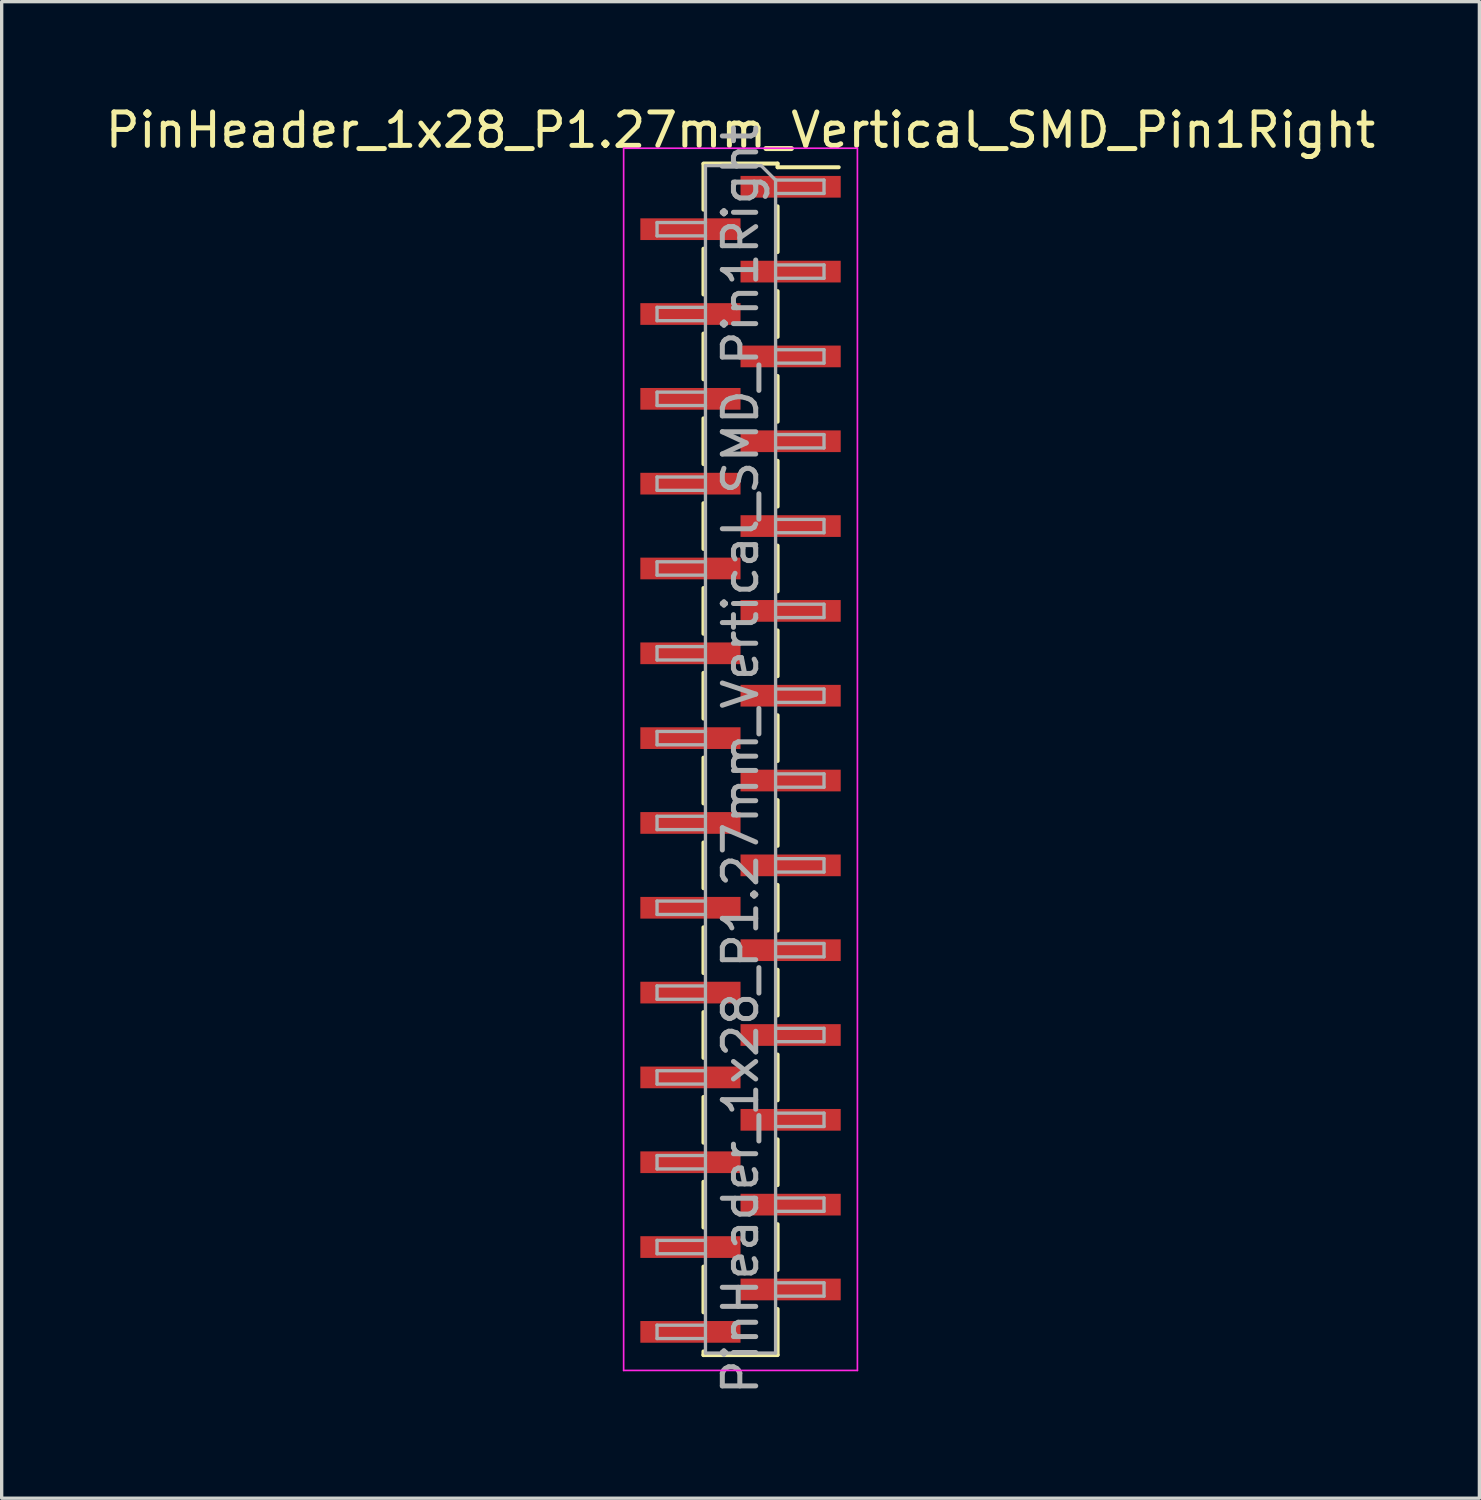
<source format=kicad_pcb>
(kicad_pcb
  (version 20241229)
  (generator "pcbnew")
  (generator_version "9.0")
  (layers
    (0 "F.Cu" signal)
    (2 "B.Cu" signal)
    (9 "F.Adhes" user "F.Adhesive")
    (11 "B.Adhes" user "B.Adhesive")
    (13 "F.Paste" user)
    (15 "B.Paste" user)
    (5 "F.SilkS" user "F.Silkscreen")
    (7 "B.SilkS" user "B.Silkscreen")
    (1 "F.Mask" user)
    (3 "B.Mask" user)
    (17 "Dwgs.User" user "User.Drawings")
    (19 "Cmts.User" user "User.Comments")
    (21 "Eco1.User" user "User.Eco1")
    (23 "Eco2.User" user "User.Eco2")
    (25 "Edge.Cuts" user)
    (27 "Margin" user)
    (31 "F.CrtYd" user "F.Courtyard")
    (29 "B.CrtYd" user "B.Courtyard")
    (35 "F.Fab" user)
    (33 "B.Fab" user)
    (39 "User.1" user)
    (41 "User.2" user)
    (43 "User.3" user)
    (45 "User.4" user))
  (footprint "PinHeader_1x28_P1.27mm_Vertical_SMD_Pin1Right"
    (layer "F.Cu")
    (at 19.125 19.688)
    (property "Reference" "PinHeader_1x28_P1.27mm_Vertical_SMD_Pin1Right" (at 0 -18.84 0) (layer "F.SilkS") (effects (font (size 1 1) (thickness 0.15))))
    (attr smd)
    (fp_line (start -1.11 -17.84) (end 1.11 -17.84) (stroke (width 0.12) (type solid)) (layer "F.SilkS"))
    (fp_line (start -1.11 -17.83) (end -1.11 -16.46) (stroke (width 0.12) (type solid)) (layer "F.SilkS"))
    (fp_line (start -1.11 -15.29) (end -1.11 -13.92) (stroke (width 0.12) (type solid)) (layer "F.SilkS"))
    (fp_line (start -1.11 -12.75) (end -1.11 -11.38) (stroke (width 0.12) (type solid)) (layer "F.SilkS"))
    (fp_line (start -1.11 -10.21) (end -1.11 -8.84) (stroke (width 0.12) (type solid)) (layer "F.SilkS"))
    (fp_line (start -1.11 -7.67) (end -1.11 -6.3) (stroke (width 0.12) (type solid)) (layer "F.SilkS"))
    (fp_line (start -1.11 -5.13) (end -1.11 -3.76) (stroke (width 0.12) (type solid)) (layer "F.SilkS"))
    (fp_line (start -1.11 -2.59) (end -1.11 -1.22) (stroke (width 0.12) (type solid)) (layer "F.SilkS"))
    (fp_line (start -1.11 -0.05) (end -1.11 1.32) (stroke (width 0.12) (type solid)) (layer "F.SilkS"))
    (fp_line (start -1.11 2.49) (end -1.11 3.86) (stroke (width 0.12) (type solid)) (layer "F.SilkS"))
    (fp_line (start -1.11 5.03) (end -1.11 6.4) (stroke (width 0.12) (type solid)) (layer "F.SilkS"))
    (fp_line (start -1.11 7.57) (end -1.11 8.94) (stroke (width 0.12) (type solid)) (layer "F.SilkS"))
    (fp_line (start -1.11 10.11) (end -1.11 11.48) (stroke (width 0.12) (type solid)) (layer "F.SilkS"))
    (fp_line (start -1.11 12.65) (end -1.11 14.02) (stroke (width 0.12) (type solid)) (layer "F.SilkS"))
    (fp_line (start -1.11 15.19) (end -1.11 16.56) (stroke (width 0.12) (type solid)) (layer "F.SilkS"))
    (fp_line (start -1.11 17.73) (end -1.11 17.84) (stroke (width 0.12) (type solid)) (layer "F.SilkS"))
    (fp_line (start -1.11 17.84) (end 1.11 17.84) (stroke (width 0.12) (type solid)) (layer "F.SilkS"))
    (fp_line (start 1.11 -17.84) (end 1.11 -17.73) (stroke (width 0.12) (type solid)) (layer "F.SilkS"))
    (fp_line (start 1.11 -17.73) (end 2.94 -17.73) (stroke (width 0.12) (type solid)) (layer "F.SilkS"))
    (fp_line (start 1.11 -16.56) (end 1.11 -15.19) (stroke (width 0.12) (type solid)) (layer "F.SilkS"))
    (fp_line (start 1.11 -14.02) (end 1.11 -12.65) (stroke (width 0.12) (type solid)) (layer "F.SilkS"))
    (fp_line (start 1.11 -11.48) (end 1.11 -10.11) (stroke (width 0.12) (type solid)) (layer "F.SilkS"))
    (fp_line (start 1.11 -8.94) (end 1.11 -7.57) (stroke (width 0.12) (type solid)) (layer "F.SilkS"))
    (fp_line (start 1.11 -6.4) (end 1.11 -5.03) (stroke (width 0.12) (type solid)) (layer "F.SilkS"))
    (fp_line (start 1.11 -3.86) (end 1.11 -2.49) (stroke (width 0.12) (type solid)) (layer "F.SilkS"))
    (fp_line (start 1.11 -1.32) (end 1.11 0.05) (stroke (width 0.12) (type solid)) (layer "F.SilkS"))
    (fp_line (start 1.11 1.22) (end 1.11 2.59) (stroke (width 0.12) (type solid)) (layer "F.SilkS"))
    (fp_line (start 1.11 3.76) (end 1.11 5.13) (stroke (width 0.12) (type solid)) (layer "F.SilkS"))
    (fp_line (start 1.11 6.3) (end 1.11 7.67) (stroke (width 0.12) (type solid)) (layer "F.SilkS"))
    (fp_line (start 1.11 8.84) (end 1.11 10.21) (stroke (width 0.12) (type solid)) (layer "F.SilkS"))
    (fp_line (start 1.11 11.38) (end 1.11 12.75) (stroke (width 0.12) (type solid)) (layer "F.SilkS"))
    (fp_line (start 1.11 13.92) (end 1.11 15.29) (stroke (width 0.12) (type solid)) (layer "F.SilkS"))
    (fp_line (start 1.11 16.46) (end 1.11 17.83) (stroke (width 0.12) (type solid)) (layer "F.SilkS"))
    (fp_line (start -3.5 -18.3) (end -3.5 18.3) (stroke (width 0.05) (type solid)) (layer "F.CrtYd"))
    (fp_line (start -3.5 18.3) (end 3.5 18.3) (stroke (width 0.05) (type solid)) (layer "F.CrtYd"))
    (fp_line (start 3.5 -18.3) (end -3.5 -18.3) (stroke (width 0.05) (type solid)) (layer "F.CrtYd"))
    (fp_line (start 3.5 18.3) (end 3.5 -18.3) (stroke (width 0.05) (type solid)) (layer "F.CrtYd"))
    (fp_line (start -2.5 -16.075) (end -2.5 -15.675) (stroke (width 0.1) (type solid)) (layer "F.Fab"))
    (fp_line (start -2.5 -15.675) (end -1.05 -15.675) (stroke (width 0.1) (type solid)) (layer "F.Fab"))
    (fp_line (start -2.5 -13.535) (end -2.5 -13.135) (stroke (width 0.1) (type solid)) (layer "F.Fab"))
    (fp_line (start -2.5 -13.135) (end -1.05 -13.135) (stroke (width 0.1) (type solid)) (layer "F.Fab"))
    (fp_line (start -2.5 -10.995) (end -2.5 -10.595) (stroke (width 0.1) (type solid)) (layer "F.Fab"))
    (fp_line (start -2.5 -10.595) (end -1.05 -10.595) (stroke (width 0.1) (type solid)) (layer "F.Fab"))
    (fp_line (start -2.5 -8.455) (end -2.5 -8.055) (stroke (width 0.1) (type solid)) (layer "F.Fab"))
    (fp_line (start -2.5 -8.055) (end -1.05 -8.055) (stroke (width 0.1) (type solid)) (layer "F.Fab"))
    (fp_line (start -2.5 -5.915) (end -2.5 -5.515) (stroke (width 0.1) (type solid)) (layer "F.Fab"))
    (fp_line (start -2.5 -5.515) (end -1.05 -5.515) (stroke (width 0.1) (type solid)) (layer "F.Fab"))
    (fp_line (start -2.5 -3.375) (end -2.5 -2.975) (stroke (width 0.1) (type solid)) (layer "F.Fab"))
    (fp_line (start -2.5 -2.975) (end -1.05 -2.975) (stroke (width 0.1) (type solid)) (layer "F.Fab"))
    (fp_line (start -2.5 -0.835) (end -2.5 -0.435) (stroke (width 0.1) (type solid)) (layer "F.Fab"))
    (fp_line (start -2.5 -0.435) (end -1.05 -0.435) (stroke (width 0.1) (type solid)) (layer "F.Fab"))
    (fp_line (start -2.5 1.705) (end -2.5 2.105) (stroke (width 0.1) (type solid)) (layer "F.Fab"))
    (fp_line (start -2.5 2.105) (end -1.05 2.105) (stroke (width 0.1) (type solid)) (layer "F.Fab"))
    (fp_line (start -2.5 4.245) (end -2.5 4.645) (stroke (width 0.1) (type solid)) (layer "F.Fab"))
    (fp_line (start -2.5 4.645) (end -1.05 4.645) (stroke (width 0.1) (type solid)) (layer "F.Fab"))
    (fp_line (start -2.5 6.785) (end -2.5 7.185) (stroke (width 0.1) (type solid)) (layer "F.Fab"))
    (fp_line (start -2.5 7.185) (end -1.05 7.185) (stroke (width 0.1) (type solid)) (layer "F.Fab"))
    (fp_line (start -2.5 9.325) (end -2.5 9.725) (stroke (width 0.1) (type solid)) (layer "F.Fab"))
    (fp_line (start -2.5 9.725) (end -1.05 9.725) (stroke (width 0.1) (type solid)) (layer "F.Fab"))
    (fp_line (start -2.5 11.865) (end -2.5 12.265) (stroke (width 0.1) (type solid)) (layer "F.Fab"))
    (fp_line (start -2.5 12.265) (end -1.05 12.265) (stroke (width 0.1) (type solid)) (layer "F.Fab"))
    (fp_line (start -2.5 14.405) (end -2.5 14.805) (stroke (width 0.1) (type solid)) (layer "F.Fab"))
    (fp_line (start -2.5 14.805) (end -1.05 14.805) (stroke (width 0.1) (type solid)) (layer "F.Fab"))
    (fp_line (start -2.5 16.945) (end -2.5 17.345) (stroke (width 0.1) (type solid)) (layer "F.Fab"))
    (fp_line (start -2.5 17.345) (end -1.05 17.345) (stroke (width 0.1) (type solid)) (layer "F.Fab"))
    (fp_line (start -1.05 -17.78) (end -1.05 17.78) (stroke (width 0.1) (type solid)) (layer "F.Fab"))
    (fp_line (start -1.05 -17.78) (end 0.615 -17.78) (stroke (width 0.1) (type solid)) (layer "F.Fab"))
    (fp_line (start -1.05 -16.075) (end -2.5 -16.075) (stroke (width 0.1) (type solid)) (layer "F.Fab"))
    (fp_line (start -1.05 -13.535) (end -2.5 -13.535) (stroke (width 0.1) (type solid)) (layer "F.Fab"))
    (fp_line (start -1.05 -10.995) (end -2.5 -10.995) (stroke (width 0.1) (type solid)) (layer "F.Fab"))
    (fp_line (start -1.05 -8.455) (end -2.5 -8.455) (stroke (width 0.1) (type solid)) (layer "F.Fab"))
    (fp_line (start -1.05 -5.915) (end -2.5 -5.915) (stroke (width 0.1) (type solid)) (layer "F.Fab"))
    (fp_line (start -1.05 -3.375) (end -2.5 -3.375) (stroke (width 0.1) (type solid)) (layer "F.Fab"))
    (fp_line (start -1.05 -0.835) (end -2.5 -0.835) (stroke (width 0.1) (type solid)) (layer "F.Fab"))
    (fp_line (start -1.05 1.705) (end -2.5 1.705) (stroke (width 0.1) (type solid)) (layer "F.Fab"))
    (fp_line (start -1.05 4.245) (end -2.5 4.245) (stroke (width 0.1) (type solid)) (layer "F.Fab"))
    (fp_line (start -1.05 6.785) (end -2.5 6.785) (stroke (width 0.1) (type solid)) (layer "F.Fab"))
    (fp_line (start -1.05 9.325) (end -2.5 9.325) (stroke (width 0.1) (type solid)) (layer "F.Fab"))
    (fp_line (start -1.05 11.865) (end -2.5 11.865) (stroke (width 0.1) (type solid)) (layer "F.Fab"))
    (fp_line (start -1.05 14.405) (end -2.5 14.405) (stroke (width 0.1) (type solid)) (layer "F.Fab"))
    (fp_line (start -1.05 16.945) (end -2.5 16.945) (stroke (width 0.1) (type solid)) (layer "F.Fab"))
    (fp_line (start 1.05 -17.345) (end 0.615 -17.78) (stroke (width 0.1) (type solid)) (layer "F.Fab"))
    (fp_line (start 1.05 -17.345) (end 2.5 -17.345) (stroke (width 0.1) (type solid)) (layer "F.Fab"))
    (fp_line (start 1.05 -14.805) (end 2.5 -14.805) (stroke (width 0.1) (type solid)) (layer "F.Fab"))
    (fp_line (start 1.05 -12.265) (end 2.5 -12.265) (stroke (width 0.1) (type solid)) (layer "F.Fab"))
    (fp_line (start 1.05 -9.725) (end 2.5 -9.725) (stroke (width 0.1) (type solid)) (layer "F.Fab"))
    (fp_line (start 1.05 -7.185) (end 2.5 -7.185) (stroke (width 0.1) (type solid)) (layer "F.Fab"))
    (fp_line (start 1.05 -4.645) (end 2.5 -4.645) (stroke (width 0.1) (type solid)) (layer "F.Fab"))
    (fp_line (start 1.05 -2.105) (end 2.5 -2.105) (stroke (width 0.1) (type solid)) (layer "F.Fab"))
    (fp_line (start 1.05 0.435) (end 2.5 0.435) (stroke (width 0.1) (type solid)) (layer "F.Fab"))
    (fp_line (start 1.05 2.975) (end 2.5 2.975) (stroke (width 0.1) (type solid)) (layer "F.Fab"))
    (fp_line (start 1.05 5.515) (end 2.5 5.515) (stroke (width 0.1) (type solid)) (layer "F.Fab"))
    (fp_line (start 1.05 8.055) (end 2.5 8.055) (stroke (width 0.1) (type solid)) (layer "F.Fab"))
    (fp_line (start 1.05 10.595) (end 2.5 10.595) (stroke (width 0.1) (type solid)) (layer "F.Fab"))
    (fp_line (start 1.05 13.135) (end 2.5 13.135) (stroke (width 0.1) (type solid)) (layer "F.Fab"))
    (fp_line (start 1.05 15.675) (end 2.5 15.675) (stroke (width 0.1) (type solid)) (layer "F.Fab"))
    (fp_line (start 1.05 17.78) (end -1.05 17.78) (stroke (width 0.1) (type solid)) (layer "F.Fab"))
    (fp_line (start 1.05 17.78) (end 1.05 -17.345) (stroke (width 0.1) (type solid)) (layer "F.Fab"))
    (fp_line (start 2.5 -17.345) (end 2.5 -16.945) (stroke (width 0.1) (type solid)) (layer "F.Fab"))
    (fp_line (start 2.5 -16.945) (end 1.05 -16.945) (stroke (width 0.1) (type solid)) (layer "F.Fab"))
    (fp_line (start 2.5 -14.805) (end 2.5 -14.405) (stroke (width 0.1) (type solid)) (layer "F.Fab"))
    (fp_line (start 2.5 -14.405) (end 1.05 -14.405) (stroke (width 0.1) (type solid)) (layer "F.Fab"))
    (fp_line (start 2.5 -12.265) (end 2.5 -11.865) (stroke (width 0.1) (type solid)) (layer "F.Fab"))
    (fp_line (start 2.5 -11.865) (end 1.05 -11.865) (stroke (width 0.1) (type solid)) (layer "F.Fab"))
    (fp_line (start 2.5 -9.725) (end 2.5 -9.325) (stroke (width 0.1) (type solid)) (layer "F.Fab"))
    (fp_line (start 2.5 -9.325) (end 1.05 -9.325) (stroke (width 0.1) (type solid)) (layer "F.Fab"))
    (fp_line (start 2.5 -7.185) (end 2.5 -6.785) (stroke (width 0.1) (type solid)) (layer "F.Fab"))
    (fp_line (start 2.5 -6.785) (end 1.05 -6.785) (stroke (width 0.1) (type solid)) (layer "F.Fab"))
    (fp_line (start 2.5 -4.645) (end 2.5 -4.245) (stroke (width 0.1) (type solid)) (layer "F.Fab"))
    (fp_line (start 2.5 -4.245) (end 1.05 -4.245) (stroke (width 0.1) (type solid)) (layer "F.Fab"))
    (fp_line (start 2.5 -2.105) (end 2.5 -1.705) (stroke (width 0.1) (type solid)) (layer "F.Fab"))
    (fp_line (start 2.5 -1.705) (end 1.05 -1.705) (stroke (width 0.1) (type solid)) (layer "F.Fab"))
    (fp_line (start 2.5 0.435) (end 2.5 0.835) (stroke (width 0.1) (type solid)) (layer "F.Fab"))
    (fp_line (start 2.5 0.835) (end 1.05 0.835) (stroke (width 0.1) (type solid)) (layer "F.Fab"))
    (fp_line (start 2.5 2.975) (end 2.5 3.375) (stroke (width 0.1) (type solid)) (layer "F.Fab"))
    (fp_line (start 2.5 3.375) (end 1.05 3.375) (stroke (width 0.1) (type solid)) (layer "F.Fab"))
    (fp_line (start 2.5 5.515) (end 2.5 5.915) (stroke (width 0.1) (type solid)) (layer "F.Fab"))
    (fp_line (start 2.5 5.915) (end 1.05 5.915) (stroke (width 0.1) (type solid)) (layer "F.Fab"))
    (fp_line (start 2.5 8.055) (end 2.5 8.455) (stroke (width 0.1) (type solid)) (layer "F.Fab"))
    (fp_line (start 2.5 8.455) (end 1.05 8.455) (stroke (width 0.1) (type solid)) (layer "F.Fab"))
    (fp_line (start 2.5 10.595) (end 2.5 10.995) (stroke (width 0.1) (type solid)) (layer "F.Fab"))
    (fp_line (start 2.5 10.995) (end 1.05 10.995) (stroke (width 0.1) (type solid)) (layer "F.Fab"))
    (fp_line (start 2.5 13.135) (end 2.5 13.535) (stroke (width 0.1) (type solid)) (layer "F.Fab"))
    (fp_line (start 2.5 13.535) (end 1.05 13.535) (stroke (width 0.1) (type solid)) (layer "F.Fab"))
    (fp_line (start 2.5 15.675) (end 2.5 16.075) (stroke (width 0.1) (type solid)) (layer "F.Fab"))
    (fp_line (start 2.5 16.075) (end 1.05 16.075) (stroke (width 0.1) (type solid)) (layer "F.Fab"))
    (fp_text user "${REFERENCE}" (at 0 0 90) (layer "F.Fab") (effects (font (size 1 1) (thickness 0.15))))
    (pad "1" smd rect (at 1.5 -17.145) (size 3 0.65) (layers "F.Cu" "F.Mask" "F.Paste"))
    (pad "2" smd rect (at -1.5 -15.875) (size 3 0.65) (layers "F.Cu" "F.Mask" "F.Paste"))
    (pad "3" smd rect (at 1.5 -14.605) (size 3 0.65) (layers "F.Cu" "F.Mask" "F.Paste"))
    (pad "4" smd rect (at -1.5 -13.335) (size 3 0.65) (layers "F.Cu" "F.Mask" "F.Paste"))
    (pad "5" smd rect (at 1.5 -12.065) (size 3 0.65) (layers "F.Cu" "F.Mask" "F.Paste"))
    (pad "6" smd rect (at -1.5 -10.795) (size 3 0.65) (layers "F.Cu" "F.Mask" "F.Paste"))
    (pad "7" smd rect (at 1.5 -9.525) (size 3 0.65) (layers "F.Cu" "F.Mask" "F.Paste"))
    (pad "8" smd rect (at -1.5 -8.255) (size 3 0.65) (layers "F.Cu" "F.Mask" "F.Paste"))
    (pad "9" smd rect (at 1.5 -6.985) (size 3 0.65) (layers "F.Cu" "F.Mask" "F.Paste"))
    (pad "10" smd rect (at -1.5 -5.715) (size 3 0.65) (layers "F.Cu" "F.Mask" "F.Paste"))
    (pad "11" smd rect (at 1.5 -4.445) (size 3 0.65) (layers "F.Cu" "F.Mask" "F.Paste"))
    (pad "12" smd rect (at -1.5 -3.175) (size 3 0.65) (layers "F.Cu" "F.Mask" "F.Paste"))
    (pad "13" smd rect (at 1.5 -1.905) (size 3 0.65) (layers "F.Cu" "F.Mask" "F.Paste"))
    (pad "14" smd rect (at -1.5 -0.635) (size 3 0.65) (layers "F.Cu" "F.Mask" "F.Paste"))
    (pad "15" smd rect (at 1.5 0.635) (size 3 0.65) (layers "F.Cu" "F.Mask" "F.Paste"))
    (pad "16" smd rect (at -1.5 1.905) (size 3 0.65) (layers "F.Cu" "F.Mask" "F.Paste"))
    (pad "17" smd rect (at 1.5 3.175) (size 3 0.65) (layers "F.Cu" "F.Mask" "F.Paste"))
    (pad "18" smd rect (at -1.5 4.445) (size 3 0.65) (layers "F.Cu" "F.Mask" "F.Paste"))
    (pad "19" smd rect (at 1.5 5.715) (size 3 0.65) (layers "F.Cu" "F.Mask" "F.Paste"))
    (pad "20" smd rect (at -1.5 6.985) (size 3 0.65) (layers "F.Cu" "F.Mask" "F.Paste"))
    (pad "21" smd rect (at 1.5 8.255) (size 3 0.65) (layers "F.Cu" "F.Mask" "F.Paste"))
    (pad "22" smd rect (at -1.5 9.525) (size 3 0.65) (layers "F.Cu" "F.Mask" "F.Paste"))
    (pad "23" smd rect (at 1.5 10.795) (size 3 0.65) (layers "F.Cu" "F.Mask" "F.Paste"))
    (pad "24" smd rect (at -1.5 12.065) (size 3 0.65) (layers "F.Cu" "F.Mask" "F.Paste"))
    (pad "25" smd rect (at 1.5 13.335) (size 3 0.65) (layers "F.Cu" "F.Mask" "F.Paste"))
    (pad "26" smd rect (at -1.5 14.605) (size 3 0.65) (layers "F.Cu" "F.Mask" "F.Paste"))
    (pad "27" smd rect (at 1.5 15.875) (size 3 0.65) (layers "F.Cu" "F.Mask" "F.Paste"))
    (pad "28" smd rect (at -1.5 17.145) (size 3 0.65) (layers "F.Cu" "F.Mask" "F.Paste")))
  (gr_rect
    (start -3 -3)
    (end 41.25 41.813)
    (stroke (width 0.1) (type default))
    (fill no)
    (layer "Edge.Cuts")))
</source>
